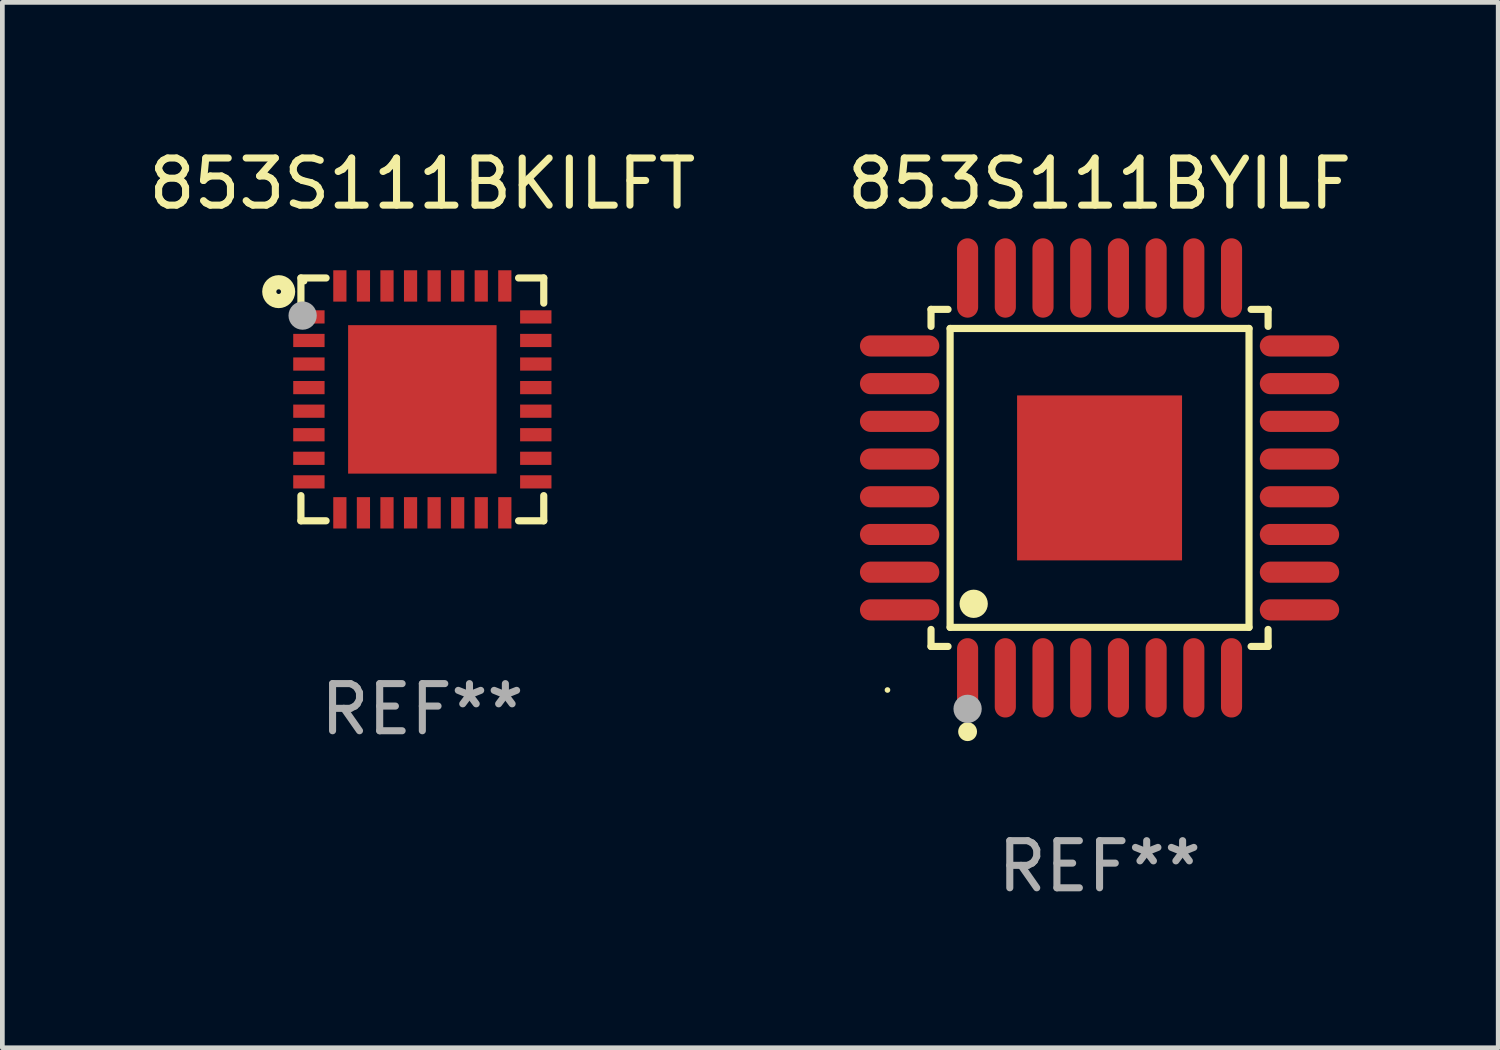
<source format=kicad_pcb>
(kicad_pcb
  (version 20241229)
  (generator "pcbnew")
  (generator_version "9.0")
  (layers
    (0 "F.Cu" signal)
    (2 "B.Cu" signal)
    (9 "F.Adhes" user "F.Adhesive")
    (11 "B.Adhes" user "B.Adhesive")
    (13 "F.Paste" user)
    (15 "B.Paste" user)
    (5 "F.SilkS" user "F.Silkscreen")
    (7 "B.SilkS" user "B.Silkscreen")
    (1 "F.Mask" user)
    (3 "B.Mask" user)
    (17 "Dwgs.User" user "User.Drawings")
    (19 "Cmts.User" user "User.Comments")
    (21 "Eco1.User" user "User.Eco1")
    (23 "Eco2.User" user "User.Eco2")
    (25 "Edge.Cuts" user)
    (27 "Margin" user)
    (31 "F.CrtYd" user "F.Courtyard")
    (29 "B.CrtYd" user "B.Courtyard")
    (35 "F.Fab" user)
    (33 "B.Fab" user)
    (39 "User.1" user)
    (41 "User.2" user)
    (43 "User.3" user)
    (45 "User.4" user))
  (footprint "853S111BYILF"
    (layer "F.Cu")
    (at 20.28 7.09)
    (property "Reference" "853S111BYILF" (at 0 -6.242 0) (layer "F.SilkS") (effects (font (size 1 1) (thickness 0.15))))
    (attr through_hole)
    (fp_line (start -3.576 -3.576) (end -3.215 -3.576) (stroke (width 0.152) (type solid)) (layer "F.SilkS"))
    (fp_line (start -3.576 -3.215) (end -3.576 -3.576) (stroke (width 0.152) (type solid)) (layer "F.SilkS"))
    (fp_line (start -3.576 3.215) (end -3.576 3.576) (stroke (width 0.152) (type solid)) (layer "F.SilkS"))
    (fp_line (start -3.576 3.576) (end -3.215 3.576) (stroke (width 0.152) (type solid)) (layer "F.SilkS"))
    (fp_line (start -3.171 -3.171) (end 3.171 -3.171) (stroke (width 0.152) (type solid)) (layer "F.SilkS"))
    (fp_line (start -3.171 3.171) (end -3.171 -3.171) (stroke (width 0.152) (type solid)) (layer "F.SilkS"))
    (fp_line (start 3.171 -3.171) (end 3.171 3.171) (stroke (width 0.152) (type solid)) (layer "F.SilkS"))
    (fp_line (start 3.171 3.171) (end -3.171 3.171) (stroke (width 0.152) (type solid)) (layer "F.SilkS"))
    (fp_line (start 3.576 -3.576) (end 3.215 -3.576) (stroke (width 0.152) (type solid)) (layer "F.SilkS"))
    (fp_line (start 3.576 -3.215) (end 3.576 -3.576) (stroke (width 0.152) (type solid)) (layer "F.SilkS"))
    (fp_line (start 3.576 3.215) (end 3.576 3.576) (stroke (width 0.152) (type solid)) (layer "F.SilkS"))
    (fp_line (start 3.576 3.576) (end 3.215 3.576) (stroke (width 0.152) (type solid)) (layer "F.SilkS"))
    (fp_circle (center -4.5 4.5) (end -4.47 4.5) (stroke (width 0.06) (type solid)) (fill no) (layer "F.SilkS"))
    (fp_circle (center -2.8 5.384) (end -2.7 5.384) (stroke (width 0.2) (type solid)) (fill no) (layer "F.SilkS"))
    (fp_circle (center -2.671 2.671) (end -2.521 2.671) (stroke (width 0.3) (type solid)) (fill no) (layer "F.SilkS"))
    (fp_circle (center -2.8 4.9) (end -2.65 4.9) (stroke (width 0.3) (type solid)) (fill no) (layer "F.Fab"))
    (fp_text user "REF**" (at 0 8.242 0) (layer "F.Fab") (effects (font (size 1 1) (thickness 0.15))))
    (pad "1" smd oval (at -2.8 4.242) (size 0.448 1.684) (layers "F.Cu" "F.Mask" "F.Paste"))
    (pad "2" smd oval (at -2 4.242) (size 0.448 1.684) (layers "F.Cu" "F.Mask" "F.Paste"))
    (pad "3" smd oval (at -1.2 4.242) (size 0.448 1.684) (layers "F.Cu" "F.Mask" "F.Paste"))
    (pad "4" smd oval (at -0.4 4.242) (size 0.448 1.684) (layers "F.Cu" "F.Mask" "F.Paste"))
    (pad "5" smd oval (at 0.4 4.242) (size 0.448 1.684) (layers "F.Cu" "F.Mask" "F.Paste"))
    (pad "6" smd oval (at 1.2 4.242) (size 0.448 1.684) (layers "F.Cu" "F.Mask" "F.Paste"))
    (pad "7" smd oval (at 2 4.242) (size 0.448 1.684) (layers "F.Cu" "F.Mask" "F.Paste"))
    (pad "8" smd oval (at 2.8 4.242) (size 0.448 1.684) (layers "F.Cu" "F.Mask" "F.Paste"))
    (pad "9" smd oval (at 4.242 2.8) (size 1.684 0.448) (layers "F.Cu" "F.Mask" "F.Paste"))
    (pad "10" smd oval (at 4.242 2) (size 1.684 0.448) (layers "F.Cu" "F.Mask" "F.Paste"))
    (pad "11" smd oval (at 4.242 1.2) (size 1.684 0.448) (layers "F.Cu" "F.Mask" "F.Paste"))
    (pad "12" smd oval (at 4.242 0.4) (size 1.684 0.448) (layers "F.Cu" "F.Mask" "F.Paste"))
    (pad "13" smd oval (at 4.242 -0.4) (size 1.684 0.448) (layers "F.Cu" "F.Mask" "F.Paste"))
    (pad "14" smd oval (at 4.242 -1.2) (size 1.684 0.448) (layers "F.Cu" "F.Mask" "F.Paste"))
    (pad "15" smd oval (at 4.242 -2) (size 1.684 0.448) (layers "F.Cu" "F.Mask" "F.Paste"))
    (pad "16" smd oval (at 4.242 -2.8) (size 1.684 0.448) (layers "F.Cu" "F.Mask" "F.Paste"))
    (pad "17" smd oval (at 2.8 -4.242) (size 0.448 1.684) (layers "F.Cu" "F.Mask" "F.Paste"))
    (pad "18" smd oval (at 2 -4.242) (size 0.448 1.684) (layers "F.Cu" "F.Mask" "F.Paste"))
    (pad "19" smd oval (at 1.2 -4.242) (size 0.448 1.684) (layers "F.Cu" "F.Mask" "F.Paste"))
    (pad "20" smd oval (at 0.4 -4.242) (size 0.448 1.684) (layers "F.Cu" "F.Mask" "F.Paste"))
    (pad "21" smd oval (at -0.4 -4.242) (size 0.448 1.684) (layers "F.Cu" "F.Mask" "F.Paste"))
    (pad "22" smd oval (at -1.2 -4.242) (size 0.448 1.684) (layers "F.Cu" "F.Mask" "F.Paste"))
    (pad "23" smd oval (at -2 -4.242) (size 0.448 1.684) (layers "F.Cu" "F.Mask" "F.Paste"))
    (pad "24" smd oval (at -2.8 -4.242) (size 0.448 1.684) (layers "F.Cu" "F.Mask" "F.Paste"))
    (pad "25" smd oval (at -4.242 -2.8) (size 1.684 0.448) (layers "F.Cu" "F.Mask" "F.Paste"))
    (pad "26" smd oval (at -4.242 -2) (size 1.684 0.448) (layers "F.Cu" "F.Mask" "F.Paste"))
    (pad "27" smd oval (at -4.242 -1.2) (size 1.684 0.448) (layers "F.Cu" "F.Mask" "F.Paste"))
    (pad "28" smd oval (at -4.242 -0.4) (size 1.684 0.448) (layers "F.Cu" "F.Mask" "F.Paste"))
    (pad "29" smd oval (at -4.242 0.4) (size 1.684 0.448) (layers "F.Cu" "F.Mask" "F.Paste"))
    (pad "30" smd oval (at -4.242 1.2) (size 1.684 0.448) (layers "F.Cu" "F.Mask" "F.Paste"))
    (pad "31" smd oval (at -4.242 2) (size 1.684 0.448) (layers "F.Cu" "F.Mask" "F.Paste"))
    (pad "32" smd oval (at -4.242 2.8) (size 1.684 0.448) (layers "F.Cu" "F.Mask" "F.Paste"))
    (pad "33" smd rect (at 0 0) (size 3.5 3.5) (layers "F.Cu" "F.Mask" "F.Paste")))
  (footprint "853S111BKILFT"
    (layer "F.Cu")
    (at 5.911 5.424)
    (property "Reference" "853S111BKILFT" (at 0 -4.576 0) (layer "F.SilkS") (effects (font (size 1 1) (thickness 0.15))))
    (attr through_hole)
    (fp_line (start -2.576 -2.576) (end -2.042 -2.576) (stroke (width 0.152) (type solid)) (layer "F.SilkS"))
    (fp_line (start -2.576 -2.042) (end -2.576 -2.576) (stroke (width 0.152) (type solid)) (layer "F.SilkS"))
    (fp_line (start -2.576 2.042) (end -2.576 2.576) (stroke (width 0.152) (type solid)) (layer "F.SilkS"))
    (fp_line (start -2.576 2.576) (end -2.042 2.576) (stroke (width 0.152) (type solid)) (layer "F.SilkS"))
    (fp_line (start 2.576 -2.576) (end 2.042 -2.576) (stroke (width 0.152) (type solid)) (layer "F.SilkS"))
    (fp_line (start 2.576 -2.042) (end 2.576 -2.576) (stroke (width 0.152) (type solid)) (layer "F.SilkS"))
    (fp_line (start 2.576 2.042) (end 2.576 2.576) (stroke (width 0.152) (type solid)) (layer "F.SilkS"))
    (fp_line (start 2.576 2.576) (end 2.042 2.576) (stroke (width 0.152) (type solid)) (layer "F.SilkS"))
    (fp_circle (center -3.048 -2.286) (end -2.848 -2.286) (stroke (width 0.3) (type solid)) (fill no) (layer "F.SilkS"))
    (fp_circle (center -2.5 -2.5) (end -2.47 -2.5) (stroke (width 0.06) (type solid)) (fill no) (layer "F.SilkS"))
    (fp_circle (center -2.54 -1.778) (end -2.39 -1.778) (stroke (width 0.3) (type solid)) (fill no) (layer "F.Fab"))
    (fp_text user "REF**" (at 0 6.576 0) (layer "F.Fab") (effects (font (size 1 1) (thickness 0.15))))
    (pad "1" smd rect (at -2.407 -1.75) (size 0.665 0.28) (layers "F.Cu" "F.Mask" "F.Paste"))
    (pad "2" smd rect (at -2.407 -1.25) (size 0.665 0.28) (layers "F.Cu" "F.Mask" "F.Paste"))
    (pad "3" smd rect (at -2.407 -0.75) (size 0.665 0.28) (layers "F.Cu" "F.Mask" "F.Paste"))
    (pad "4" smd rect (at -2.407 -0.25) (size 0.665 0.28) (layers "F.Cu" "F.Mask" "F.Paste"))
    (pad "5" smd rect (at -2.407 0.25) (size 0.665 0.28) (layers "F.Cu" "F.Mask" "F.Paste"))
    (pad "6" smd rect (at -2.407 0.75) (size 0.665 0.28) (layers "F.Cu" "F.Mask" "F.Paste"))
    (pad "7" smd rect (at -2.407 1.25) (size 0.665 0.28) (layers "F.Cu" "F.Mask" "F.Paste"))
    (pad "8" smd rect (at -2.407 1.75) (size 0.665 0.28) (layers "F.Cu" "F.Mask" "F.Paste"))
    (pad "9" smd rect (at -1.75 2.407) (size 0.28 0.665) (layers "F.Cu" "F.Mask" "F.Paste"))
    (pad "10" smd rect (at -1.25 2.407) (size 0.28 0.665) (layers "F.Cu" "F.Mask" "F.Paste"))
    (pad "11" smd rect (at -0.75 2.407) (size 0.28 0.665) (layers "F.Cu" "F.Mask" "F.Paste"))
    (pad "12" smd rect (at -0.25 2.407) (size 0.28 0.665) (layers "F.Cu" "F.Mask" "F.Paste"))
    (pad "13" smd rect (at 0.25 2.407) (size 0.28 0.665) (layers "F.Cu" "F.Mask" "F.Paste"))
    (pad "14" smd rect (at 0.75 2.407) (size 0.28 0.665) (layers "F.Cu" "F.Mask" "F.Paste"))
    (pad "15" smd rect (at 1.25 2.407) (size 0.28 0.665) (layers "F.Cu" "F.Mask" "F.Paste"))
    (pad "16" smd rect (at 1.75 2.407) (size 0.28 0.665) (layers "F.Cu" "F.Mask" "F.Paste"))
    (pad "17" smd rect (at 2.407 1.75) (size 0.665 0.28) (layers "F.Cu" "F.Mask" "F.Paste"))
    (pad "18" smd rect (at 2.407 1.25) (size 0.665 0.28) (layers "F.Cu" "F.Mask" "F.Paste"))
    (pad "19" smd rect (at 2.407 0.75) (size 0.665 0.28) (layers "F.Cu" "F.Mask" "F.Paste"))
    (pad "20" smd rect (at 2.407 0.25) (size 0.665 0.28) (layers "F.Cu" "F.Mask" "F.Paste"))
    (pad "21" smd rect (at 2.407 -0.25) (size 0.665 0.28) (layers "F.Cu" "F.Mask" "F.Paste"))
    (pad "22" smd rect (at 2.407 -0.75) (size 0.665 0.28) (layers "F.Cu" "F.Mask" "F.Paste"))
    (pad "23" smd rect (at 2.407 -1.25) (size 0.665 0.28) (layers "F.Cu" "F.Mask" "F.Paste"))
    (pad "24" smd rect (at 2.407 -1.75) (size 0.665 0.28) (layers "F.Cu" "F.Mask" "F.Paste"))
    (pad "25" smd rect (at 1.75 -2.407) (size 0.28 0.665) (layers "F.Cu" "F.Mask" "F.Paste"))
    (pad "26" smd rect (at 1.25 -2.407) (size 0.28 0.665) (layers "F.Cu" "F.Mask" "F.Paste"))
    (pad "27" smd rect (at 0.75 -2.407) (size 0.28 0.665) (layers "F.Cu" "F.Mask" "F.Paste"))
    (pad "28" smd rect (at 0.25 -2.407) (size 0.28 0.665) (layers "F.Cu" "F.Mask" "F.Paste"))
    (pad "29" smd rect (at -0.25 -2.407) (size 0.28 0.665) (layers "F.Cu" "F.Mask" "F.Paste"))
    (pad "30" smd rect (at -0.75 -2.407) (size 0.28 0.665) (layers "F.Cu" "F.Mask" "F.Paste"))
    (pad "31" smd rect (at -1.25 -2.407) (size 0.28 0.665) (layers "F.Cu" "F.Mask" "F.Paste"))
    (pad "32" smd rect (at -1.75 -2.407) (size 0.28 0.665) (layers "F.Cu" "F.Mask" "F.Paste"))
    (pad "33" smd rect (at 0 0) (size 3.15 3.15) (layers "F.Cu" "F.Mask" "F.Paste")))
  (gr_rect
    (start -3 -3)
    (end 28.738 19.181)
    (stroke (width 0.1) (type default))
    (fill no)
    (layer "Edge.Cuts")))
</source>
